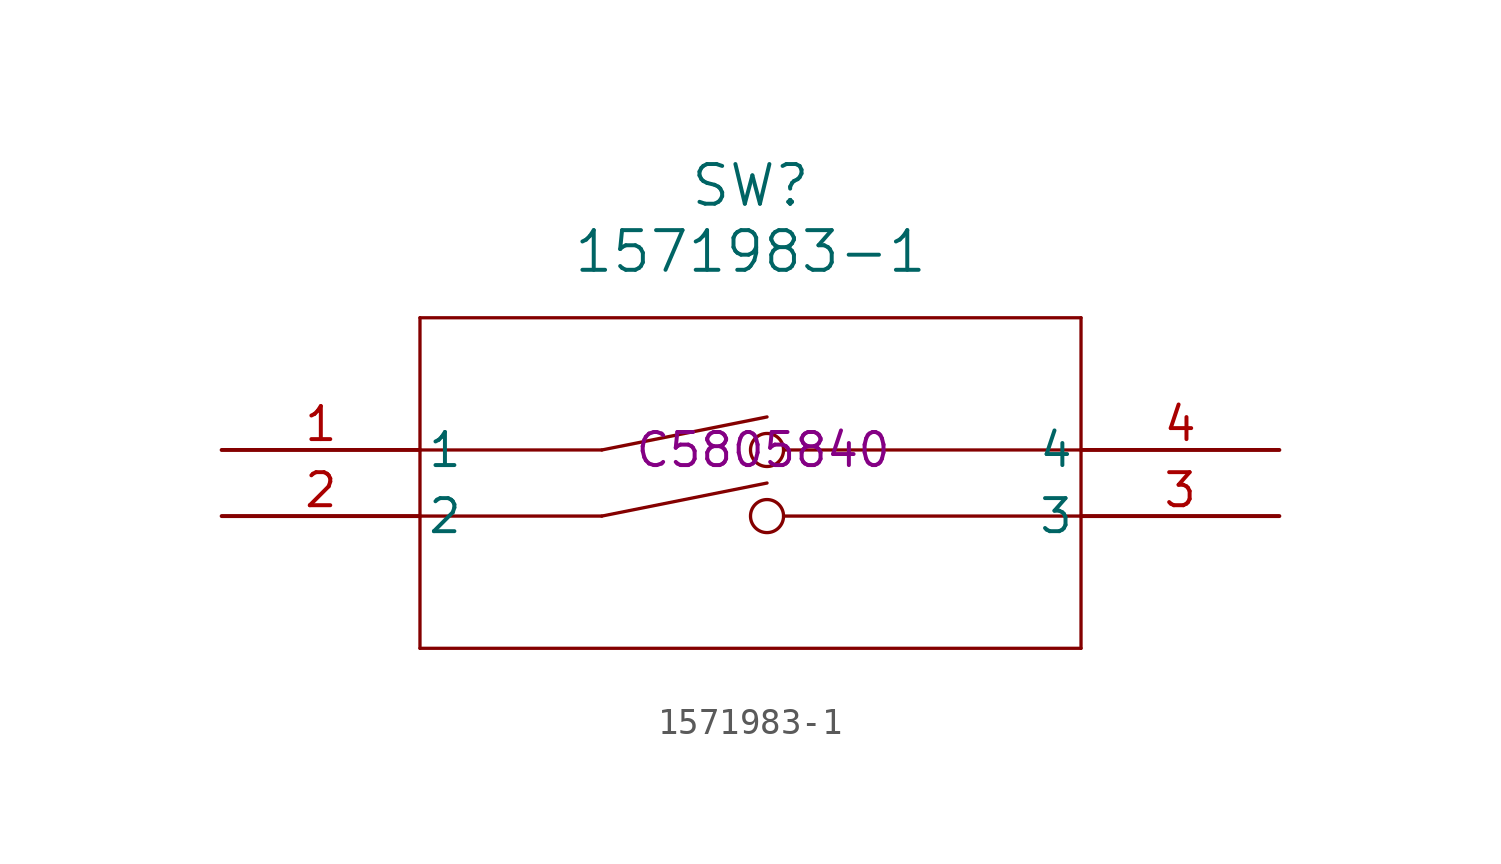
<source format=kicad_sym>
(kicad_symbol_lib
  (version 20231120)
  (generator "kicad_symbol_editor")
  (generator_version "8.0")
  (symbol "1571983-1"
    (pin_names
      (offset 0.254))
    (property "Reference" "SW"
      (at 0 10.16 0)
      (effects (font (size 1.524 1.524))))
    (property "Value" "1571983-1"
      (at 0 7.62 0)
      (effects (font (size 1.524 1.524))))
    (property "LCSC" " C5805840"
      (at 0 0 0)
      (effects (font (size 1.27 1.27))))
    (symbol "1571983-1_0_1"
      (polyline (pts (xy -12.7 -7.62) (xy 12.7 -7.62)) (stroke (width 0.127) (type default)) (fill (type none)))
      (polyline (pts (xy -12.7 -2.54) (xy -5.715 -2.54)) (stroke (width 0.127) (type default)) (fill (type none)))
      (polyline (pts (xy -12.7 5.08) (xy -12.7 -7.62)) (stroke (width 0.127) (type default)) (fill (type none)))
      (polyline (pts (xy -5.715 -2.54) (xy 0.635 -1.27)) (stroke (width 0.127) (type default)) (fill (type none)))
      (polyline (pts (xy -5.715 0) (xy -12.7 0)) (stroke (width 0.127) (type default)) (fill (type none)))
      (polyline (pts (xy 0.635 1.27) (xy -5.715 0)) (stroke (width 0.127) (type default)) (fill (type none)))
      (polyline (pts (xy 1.27 0) (xy 12.7 0)) (stroke (width 0.127) (type default)) (fill (type none)))
      (polyline (pts (xy 12.7 -7.62) (xy 12.7 5.08)) (stroke (width 0.127) (type default)) (fill (type none)))
      (polyline (pts (xy 12.7 -2.54) (xy 1.27 -2.54)) (stroke (width 0.127) (type default)) (fill (type none)))
      (polyline (pts (xy 12.7 5.08) (xy -12.7 5.08)) (stroke (width 0.127) (type default)) (fill (type none)))
      (circle (center 0.635 -2.54) (radius 0.635) (stroke (width 0.127) (type default)) (fill (type none)))
      (circle (center 0.635 0) (radius 0.635) (stroke (width 0.127) (type default)) (fill (type none)))
      (pin unspecified line (at -20.32 0 0) (length 7.62) (name "1" (effects (font (size 1.27 1.27)))) (number "1" (effects (font (size 1.27 1.27)))))
      (pin unspecified line (at -20.32 -2.54 0) (length 7.62) (name "2" (effects (font (size 1.27 1.27)))) (number "2" (effects (font (size 1.27 1.27)))))
      (pin unspecified line (at 20.32 -2.54 180) (length 7.62) (name "3" (effects (font (size 1.27 1.27)))) (number "3" (effects (font (size 1.27 1.27)))))
      (pin unspecified line (at 20.32 0 180) (length 7.62) (name "4" (effects (font (size 1.27 1.27)))) (number "4" (effects (font (size 1.27 1.27))))))))
</source>
